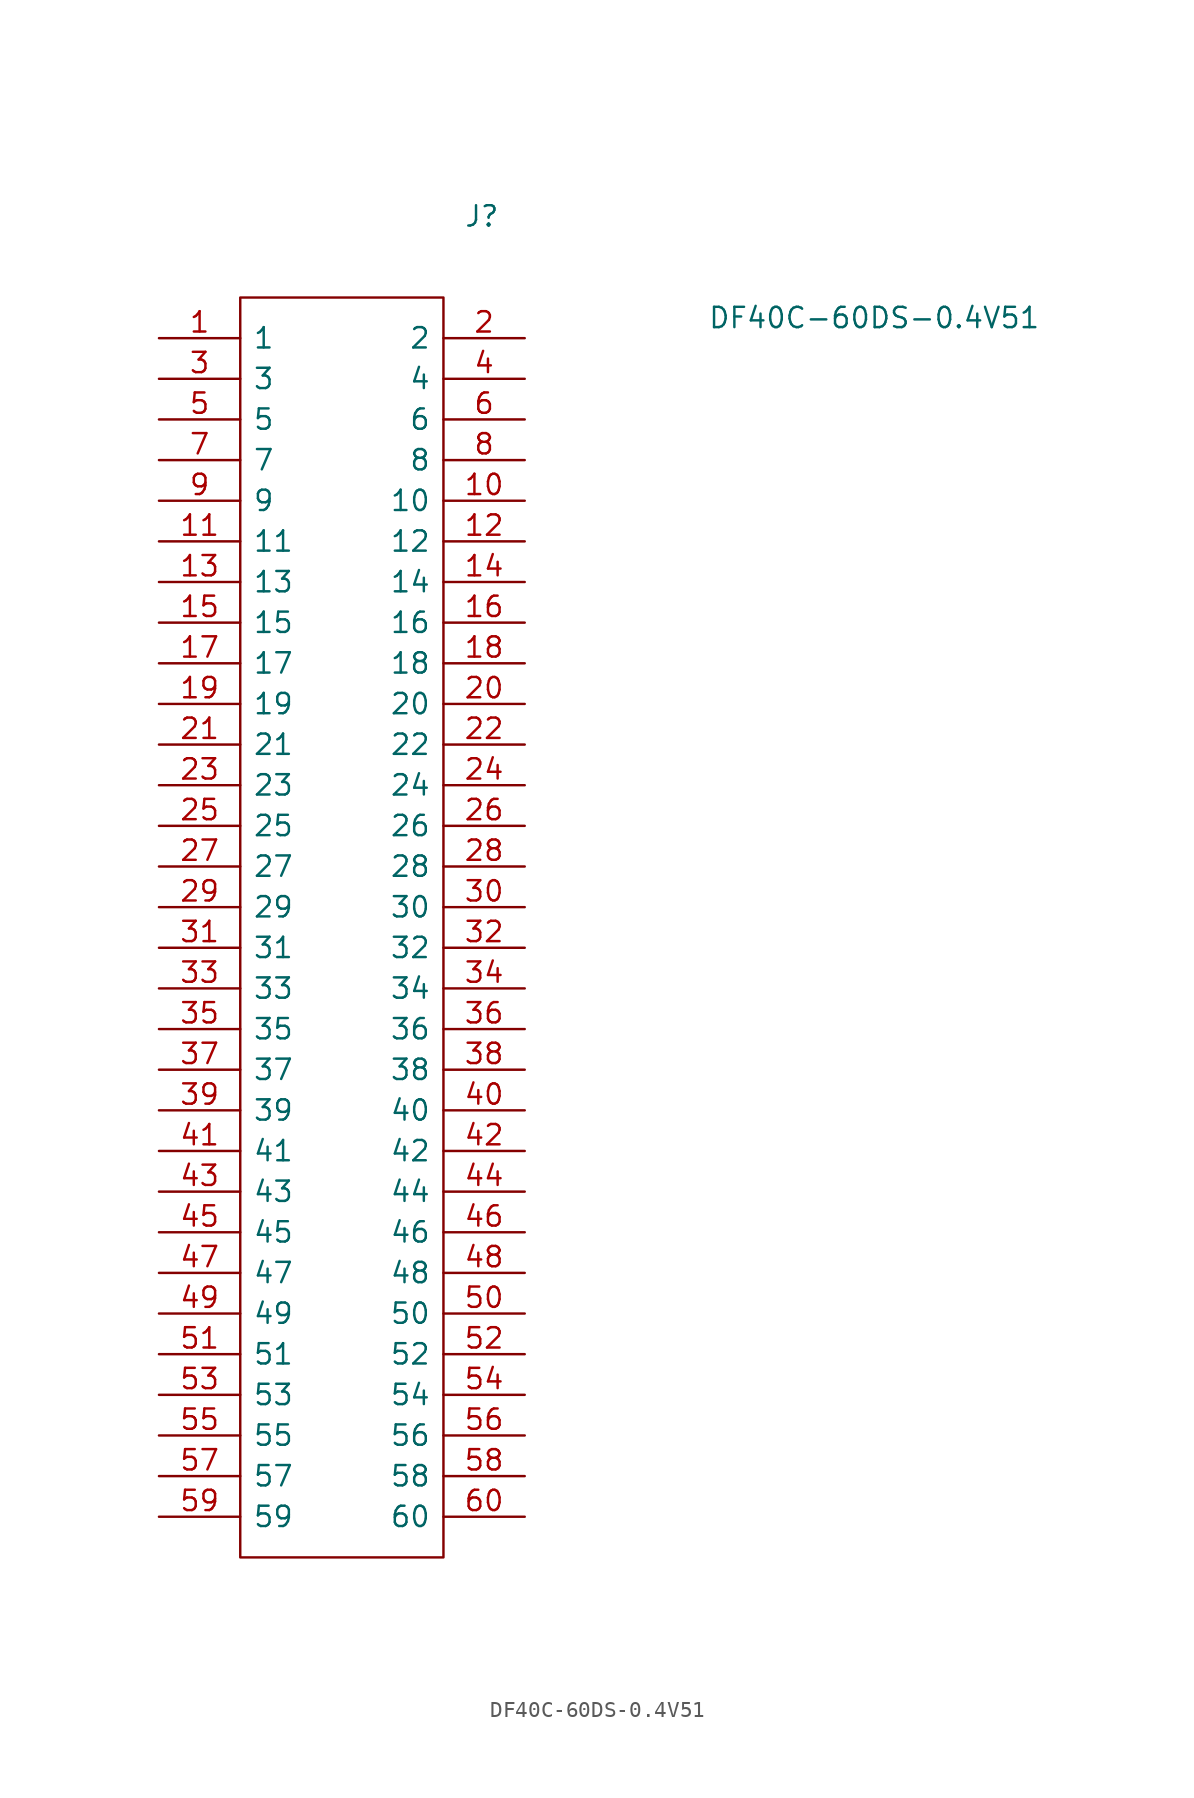
<source format=kicad_sym>
(kicad_symbol_lib
  (version 20241209)
  (generator "kicad_symbol_editor")
  (generator_version "9.0")
  (symbol "DF40C-60DS-0.4V51"
    (pin_names
      (offset 0.762))
    (property "Reference" "J"
      (at 19.05 7.62 0)
      (effects (font (size 1.27 1.27)) (justify left)))
    (property "Value" "DF40C-60DS-0.4V51"
      (at 34.29 1.27 0)
      (effects (font (size 1.27 1.27)) (justify left)))
    (symbol "DF40C-60DS-0.4V51_0_0"
      (pin passive line (at 0 0 0) (length 5.08) (name "1" (effects (font (size 1.27 1.27)))) (number "1" (effects (font (size 1.27 1.27)))))
      (pin passive line (at 0 -2.54 0) (length 5.08) (name "3" (effects (font (size 1.27 1.27)))) (number "3" (effects (font (size 1.27 1.27)))))
      (pin passive line (at 0 -5.08 0) (length 5.08) (name "5" (effects (font (size 1.27 1.27)))) (number "5" (effects (font (size 1.27 1.27)))))
      (pin passive line (at 0 -7.62 0) (length 5.08) (name "7" (effects (font (size 1.27 1.27)))) (number "7" (effects (font (size 1.27 1.27)))))
      (pin passive line (at 0 -10.16 0) (length 5.08) (name "9" (effects (font (size 1.27 1.27)))) (number "9" (effects (font (size 1.27 1.27)))))
      (pin passive line (at 0 -12.7 0) (length 5.08) (name "11" (effects (font (size 1.27 1.27)))) (number "11" (effects (font (size 1.27 1.27)))))
      (pin passive line (at 0 -15.24 0) (length 5.08) (name "13" (effects (font (size 1.27 1.27)))) (number "13" (effects (font (size 1.27 1.27)))))
      (pin passive line (at 0 -17.78 0) (length 5.08) (name "15" (effects (font (size 1.27 1.27)))) (number "15" (effects (font (size 1.27 1.27)))))
      (pin passive line (at 0 -20.32 0) (length 5.08) (name "17" (effects (font (size 1.27 1.27)))) (number "17" (effects (font (size 1.27 1.27)))))
      (pin passive line (at 0 -22.86 0) (length 5.08) (name "19" (effects (font (size 1.27 1.27)))) (number "19" (effects (font (size 1.27 1.27)))))
      (pin passive line (at 0 -25.4 0) (length 5.08) (name "21" (effects (font (size 1.27 1.27)))) (number "21" (effects (font (size 1.27 1.27)))))
      (pin passive line (at 0 -27.94 0) (length 5.08) (name "23" (effects (font (size 1.27 1.27)))) (number "23" (effects (font (size 1.27 1.27)))))
      (pin passive line (at 0 -30.48 0) (length 5.08) (name "25" (effects (font (size 1.27 1.27)))) (number "25" (effects (font (size 1.27 1.27)))))
      (pin passive line (at 0 -33.02 0) (length 5.08) (name "27" (effects (font (size 1.27 1.27)))) (number "27" (effects (font (size 1.27 1.27)))))
      (pin passive line (at 0 -35.56 0) (length 5.08) (name "29" (effects (font (size 1.27 1.27)))) (number "29" (effects (font (size 1.27 1.27)))))
      (pin passive line (at 0 -38.1 0) (length 5.08) (name "31" (effects (font (size 1.27 1.27)))) (number "31" (effects (font (size 1.27 1.27)))))
      (pin passive line (at 0 -40.64 0) (length 5.08) (name "33" (effects (font (size 1.27 1.27)))) (number "33" (effects (font (size 1.27 1.27)))))
      (pin passive line (at 0 -43.18 0) (length 5.08) (name "35" (effects (font (size 1.27 1.27)))) (number "35" (effects (font (size 1.27 1.27)))))
      (pin passive line (at 0 -45.72 0) (length 5.08) (name "37" (effects (font (size 1.27 1.27)))) (number "37" (effects (font (size 1.27 1.27)))))
      (pin passive line (at 0 -48.26 0) (length 5.08) (name "39" (effects (font (size 1.27 1.27)))) (number "39" (effects (font (size 1.27 1.27)))))
      (pin passive line (at 0 -50.8 0) (length 5.08) (name "41" (effects (font (size 1.27 1.27)))) (number "41" (effects (font (size 1.27 1.27)))))
      (pin passive line (at 0 -53.34 0) (length 5.08) (name "43" (effects (font (size 1.27 1.27)))) (number "43" (effects (font (size 1.27 1.27)))))
      (pin passive line (at 0 -55.88 0) (length 5.08) (name "45" (effects (font (size 1.27 1.27)))) (number "45" (effects (font (size 1.27 1.27)))))
      (pin passive line (at 0 -58.42 0) (length 5.08) (name "47" (effects (font (size 1.27 1.27)))) (number "47" (effects (font (size 1.27 1.27)))))
      (pin passive line (at 0 -60.96 0) (length 5.08) (name "49" (effects (font (size 1.27 1.27)))) (number "49" (effects (font (size 1.27 1.27)))))
      (pin passive line (at 0 -63.5 0) (length 5.08) (name "51" (effects (font (size 1.27 1.27)))) (number "51" (effects (font (size 1.27 1.27)))))
      (pin passive line (at 0 -66.04 0) (length 5.08) (name "53" (effects (font (size 1.27 1.27)))) (number "53" (effects (font (size 1.27 1.27)))))
      (pin passive line (at 0 -68.58 0) (length 5.08) (name "55" (effects (font (size 1.27 1.27)))) (number "55" (effects (font (size 1.27 1.27)))))
      (pin passive line (at 0 -71.12 0) (length 5.08) (name "57" (effects (font (size 1.27 1.27)))) (number "57" (effects (font (size 1.27 1.27)))))
      (pin passive line (at 0 -73.66 0) (length 5.08) (name "59" (effects (font (size 1.27 1.27)))) (number "59" (effects (font (size 1.27 1.27)))))
      (pin passive line (at 22.86 0 180) (length 5.08) (name "2" (effects (font (size 1.27 1.27)))) (number "2" (effects (font (size 1.27 1.27)))))
      (pin passive line (at 22.86 -2.54 180) (length 5.08) (name "4" (effects (font (size 1.27 1.27)))) (number "4" (effects (font (size 1.27 1.27)))))
      (pin passive line (at 22.86 -5.08 180) (length 5.08) (name "6" (effects (font (size 1.27 1.27)))) (number "6" (effects (font (size 1.27 1.27)))))
      (pin passive line (at 22.86 -7.62 180) (length 5.08) (name "8" (effects (font (size 1.27 1.27)))) (number "8" (effects (font (size 1.27 1.27)))))
      (pin passive line (at 22.86 -10.16 180) (length 5.08) (name "10" (effects (font (size 1.27 1.27)))) (number "10" (effects (font (size 1.27 1.27)))))
      (pin passive line (at 22.86 -12.7 180) (length 5.08) (name "12" (effects (font (size 1.27 1.27)))) (number "12" (effects (font (size 1.27 1.27)))))
      (pin passive line (at 22.86 -15.24 180) (length 5.08) (name "14" (effects (font (size 1.27 1.27)))) (number "14" (effects (font (size 1.27 1.27)))))
      (pin passive line (at 22.86 -17.78 180) (length 5.08) (name "16" (effects (font (size 1.27 1.27)))) (number "16" (effects (font (size 1.27 1.27)))))
      (pin passive line (at 22.86 -20.32 180) (length 5.08) (name "18" (effects (font (size 1.27 1.27)))) (number "18" (effects (font (size 1.27 1.27)))))
      (pin passive line (at 22.86 -22.86 180) (length 5.08) (name "20" (effects (font (size 1.27 1.27)))) (number "20" (effects (font (size 1.27 1.27)))))
      (pin passive line (at 22.86 -25.4 180) (length 5.08) (name "22" (effects (font (size 1.27 1.27)))) (number "22" (effects (font (size 1.27 1.27)))))
      (pin passive line (at 22.86 -27.94 180) (length 5.08) (name "24" (effects (font (size 1.27 1.27)))) (number "24" (effects (font (size 1.27 1.27)))))
      (pin passive line (at 22.86 -30.48 180) (length 5.08) (name "26" (effects (font (size 1.27 1.27)))) (number "26" (effects (font (size 1.27 1.27)))))
      (pin passive line (at 22.86 -33.02 180) (length 5.08) (name "28" (effects (font (size 1.27 1.27)))) (number "28" (effects (font (size 1.27 1.27)))))
      (pin passive line (at 22.86 -35.56 180) (length 5.08) (name "30" (effects (font (size 1.27 1.27)))) (number "30" (effects (font (size 1.27 1.27)))))
      (pin passive line (at 22.86 -38.1 180) (length 5.08) (name "32" (effects (font (size 1.27 1.27)))) (number "32" (effects (font (size 1.27 1.27)))))
      (pin passive line (at 22.86 -40.64 180) (length 5.08) (name "34" (effects (font (size 1.27 1.27)))) (number "34" (effects (font (size 1.27 1.27)))))
      (pin passive line (at 22.86 -43.18 180) (length 5.08) (name "36" (effects (font (size 1.27 1.27)))) (number "36" (effects (font (size 1.27 1.27)))))
      (pin passive line (at 22.86 -45.72 180) (length 5.08) (name "38" (effects (font (size 1.27 1.27)))) (number "38" (effects (font (size 1.27 1.27)))))
      (pin passive line (at 22.86 -48.26 180) (length 5.08) (name "40" (effects (font (size 1.27 1.27)))) (number "40" (effects (font (size 1.27 1.27)))))
      (pin passive line (at 22.86 -50.8 180) (length 5.08) (name "42" (effects (font (size 1.27 1.27)))) (number "42" (effects (font (size 1.27 1.27)))))
      (pin passive line (at 22.86 -53.34 180) (length 5.08) (name "44" (effects (font (size 1.27 1.27)))) (number "44" (effects (font (size 1.27 1.27)))))
      (pin passive line (at 22.86 -55.88 180) (length 5.08) (name "46" (effects (font (size 1.27 1.27)))) (number "46" (effects (font (size 1.27 1.27)))))
      (pin passive line (at 22.86 -58.42 180) (length 5.08) (name "48" (effects (font (size 1.27 1.27)))) (number "48" (effects (font (size 1.27 1.27)))))
      (pin passive line (at 22.86 -60.96 180) (length 5.08) (name "50" (effects (font (size 1.27 1.27)))) (number "50" (effects (font (size 1.27 1.27)))))
      (pin passive line (at 22.86 -63.5 180) (length 5.08) (name "52" (effects (font (size 1.27 1.27)))) (number "52" (effects (font (size 1.27 1.27)))))
      (pin passive line (at 22.86 -66.04 180) (length 5.08) (name "54" (effects (font (size 1.27 1.27)))) (number "54" (effects (font (size 1.27 1.27)))))
      (pin passive line (at 22.86 -68.58 180) (length 5.08) (name "56" (effects (font (size 1.27 1.27)))) (number "56" (effects (font (size 1.27 1.27)))))
      (pin passive line (at 22.86 -71.12 180) (length 5.08) (name "58" (effects (font (size 1.27 1.27)))) (number "58" (effects (font (size 1.27 1.27)))))
      (pin passive line (at 22.86 -73.66 180) (length 5.08) (name "60" (effects (font (size 1.27 1.27)))) (number "60" (effects (font (size 1.27 1.27))))))
    (symbol "DF40C-60DS-0.4V51_0_1"
      (polyline (pts (xy 5.08 2.54) (xy 17.78 2.54) (xy 17.78 -76.2) (xy 5.08 -76.2) (xy 5.08 2.54)) (stroke (width 0.152) (type default)) (fill (type none))))))
</source>
